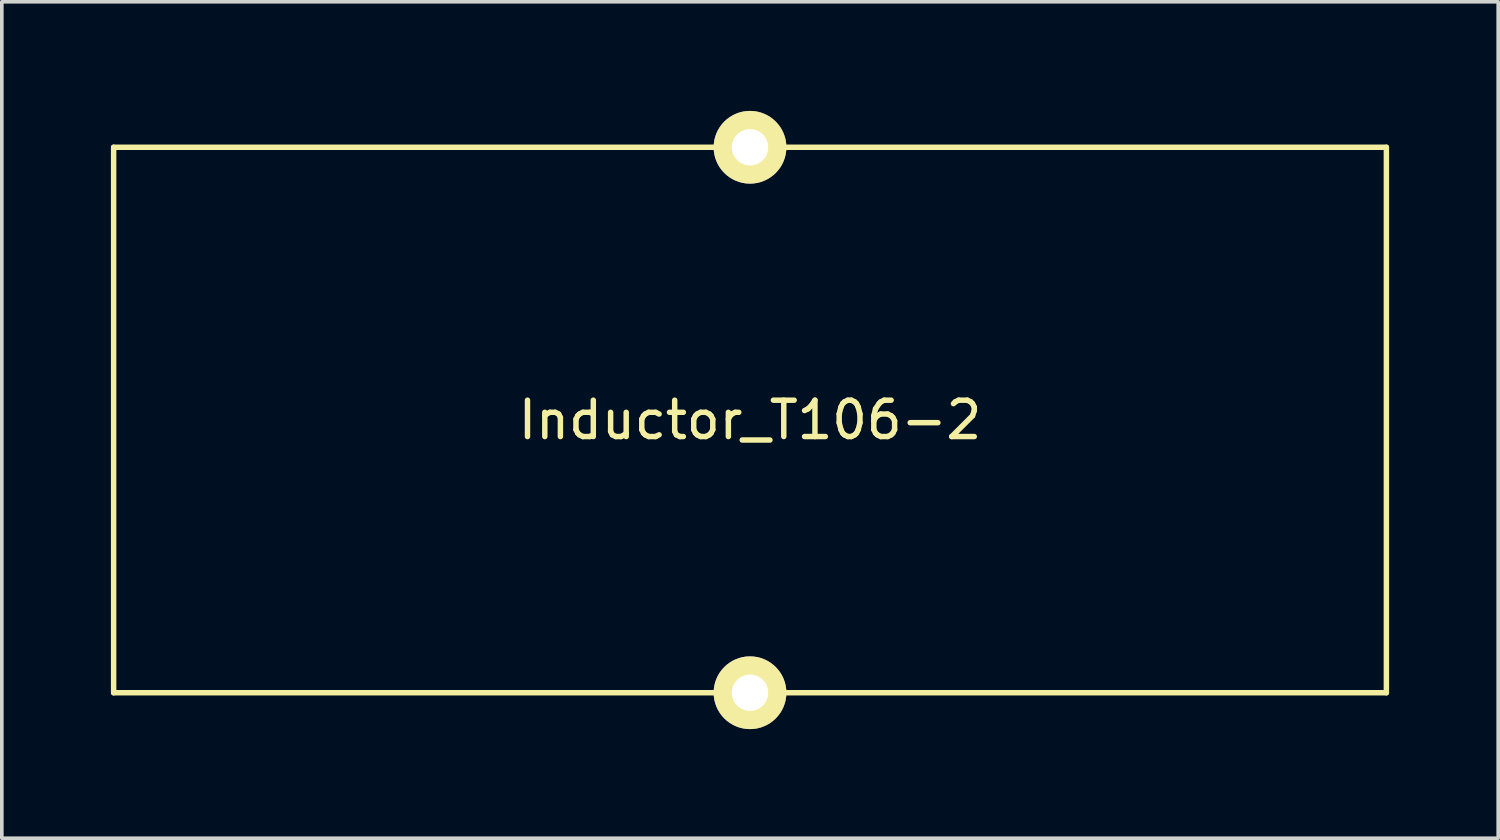
<source format=kicad_pcb>
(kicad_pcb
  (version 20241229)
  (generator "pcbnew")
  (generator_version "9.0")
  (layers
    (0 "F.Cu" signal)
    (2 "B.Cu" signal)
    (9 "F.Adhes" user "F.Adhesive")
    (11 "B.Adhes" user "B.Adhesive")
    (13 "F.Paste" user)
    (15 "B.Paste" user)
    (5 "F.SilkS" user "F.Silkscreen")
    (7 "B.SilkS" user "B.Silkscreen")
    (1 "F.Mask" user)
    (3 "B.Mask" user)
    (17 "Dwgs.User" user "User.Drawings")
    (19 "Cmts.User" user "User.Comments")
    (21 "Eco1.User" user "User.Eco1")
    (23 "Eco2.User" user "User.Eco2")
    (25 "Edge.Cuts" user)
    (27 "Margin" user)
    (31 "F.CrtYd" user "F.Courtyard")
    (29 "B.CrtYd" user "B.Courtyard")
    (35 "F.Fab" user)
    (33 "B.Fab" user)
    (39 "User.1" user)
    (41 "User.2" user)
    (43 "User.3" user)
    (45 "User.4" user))
  (footprint "Inductor_T106-2"
    (layer "F.Cu")
    (at 17.575 8.5)
    (property "Reference" "Inductor_T106-2" (at 0 0 0) (layer "F.SilkS") (effects (font (size 1 1) (thickness 0.15))))
    (attr through_hole)
    (fp_line (start -17.5 -7.5) (end -17.5 7.5) (stroke (width 0.15) (type solid)) (layer "F.SilkS"))
    (fp_line (start -17.5 7.5) (end 17.5 7.5) (stroke (width 0.15) (type solid)) (layer "F.SilkS"))
    (fp_line (start 0 -7.5) (end -17.5 -7.5) (stroke (width 0.15) (type solid)) (layer "F.SilkS"))
    (fp_line (start 17.5 -7.5) (end 0 -7.5) (stroke (width 0.15) (type solid)) (layer "F.SilkS"))
    (fp_line (start 17.5 7.5) (end 17.5 -7.5) (stroke (width 0.15) (type solid)) (layer "F.SilkS"))
    (pad "1" thru_hole circle (at 0 7.5) (size 2 2) (drill 1) (layers "*.Cu" "*.Mask" "F.SilkS"))
    (pad "2" thru_hole circle (at 0 -7.5) (size 2 2) (drill 1) (layers "*.Cu" "*.Mask" "F.SilkS")))
  (gr_rect
    (start -3 -3)
    (end 38.15 20)
    (stroke (width 0.1) (type default))
    (fill no)
    (layer "Edge.Cuts")))
</source>
